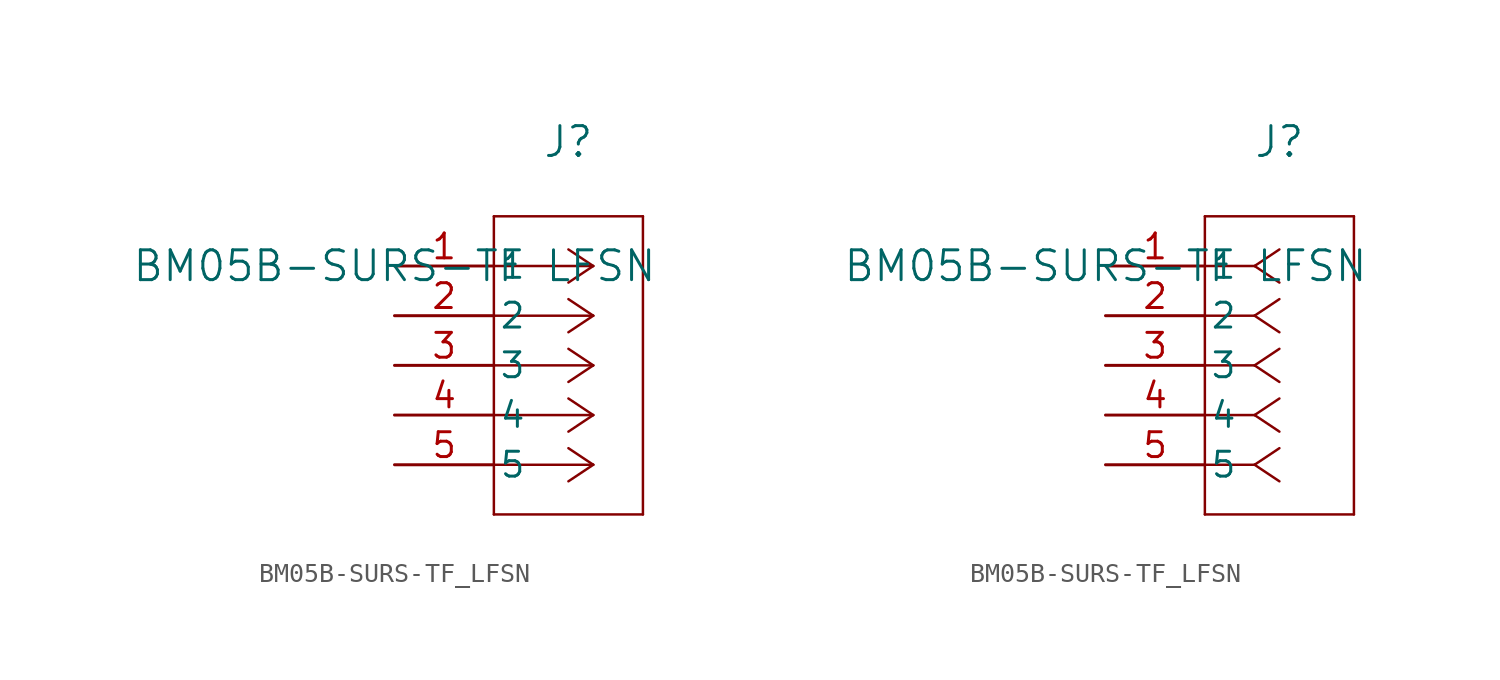
<source format=kicad_sym>
(kicad_symbol_lib
  (version 20211014)
  (generator kicad_symbol_editor)
  (symbol "BM05B-SURS-TF_LFSN"
    (pin_names
      (offset 0.254))
    (property "Reference" "J"
      (at 8.89 6.35 0)
      (effects (font (size 1.524 1.524))))
    (property "Value" "BM05B-SURS-TF LFSN"
      (at 0 0 0)
      (effects (font (size 1.524 1.524))))
    (symbol "BM05B-SURS-TF_LFSN_1_1"
      (polyline (pts (xy 10.16 0) (xy 5.08 0)) (stroke (width 0.127) (type default) (color 0 0 0 0)) (fill (type none)))
      (polyline (pts (xy 10.16 -2.54) (xy 5.08 -2.54)) (stroke (width 0.127) (type default) (color 0 0 0 0)) (fill (type none)))
      (polyline (pts (xy 10.16 -5.08) (xy 5.08 -5.08)) (stroke (width 0.127) (type default) (color 0 0 0 0)) (fill (type none)))
      (polyline (pts (xy 10.16 -7.62) (xy 5.08 -7.62)) (stroke (width 0.127) (type default) (color 0 0 0 0)) (fill (type none)))
      (polyline (pts (xy 10.16 -10.16) (xy 5.08 -10.16)) (stroke (width 0.127) (type default) (color 0 0 0 0)) (fill (type none)))
      (polyline (pts (xy 10.16 0) (xy 8.89 0.847)) (stroke (width 0.127) (type default) (color 0 0 0 0)) (fill (type none)))
      (polyline (pts (xy 10.16 -2.54) (xy 8.89 -1.693)) (stroke (width 0.127) (type default) (color 0 0 0 0)) (fill (type none)))
      (polyline (pts (xy 10.16 -5.08) (xy 8.89 -4.233)) (stroke (width 0.127) (type default) (color 0 0 0 0)) (fill (type none)))
      (polyline (pts (xy 10.16 -7.62) (xy 8.89 -6.773)) (stroke (width 0.127) (type default) (color 0 0 0 0)) (fill (type none)))
      (polyline (pts (xy 10.16 -10.16) (xy 8.89 -9.313)) (stroke (width 0.127) (type default) (color 0 0 0 0)) (fill (type none)))
      (polyline (pts (xy 10.16 0) (xy 8.89 -0.847)) (stroke (width 0.127) (type default) (color 0 0 0 0)) (fill (type none)))
      (polyline (pts (xy 10.16 -2.54) (xy 8.89 -3.387)) (stroke (width 0.127) (type default) (color 0 0 0 0)) (fill (type none)))
      (polyline (pts (xy 10.16 -5.08) (xy 8.89 -5.927)) (stroke (width 0.127) (type default) (color 0 0 0 0)) (fill (type none)))
      (polyline (pts (xy 10.16 -7.62) (xy 8.89 -8.467)) (stroke (width 0.127) (type default) (color 0 0 0 0)) (fill (type none)))
      (polyline (pts (xy 10.16 -10.16) (xy 8.89 -11.007)) (stroke (width 0.127) (type default) (color 0 0 0 0)) (fill (type none)))
      (polyline (pts (xy 5.08 2.54) (xy 5.08 -12.7)) (stroke (width 0.127) (type default) (color 0 0 0 0)) (fill (type none)))
      (polyline (pts (xy 5.08 -12.7) (xy 12.7 -12.7)) (stroke (width 0.127) (type default) (color 0 0 0 0)) (fill (type none)))
      (polyline (pts (xy 12.7 -12.7) (xy 12.7 2.54)) (stroke (width 0.127) (type default) (color 0 0 0 0)) (fill (type none)))
      (polyline (pts (xy 12.7 2.54) (xy 5.08 2.54)) (stroke (width 0.127) (type default) (color 0 0 0 0)) (fill (type none)))
      (pin unspecified line (at 0 0 0) (length 5.08) (name "1" (effects (font (size 1.27 1.27)))) (number "1" (effects (font (size 1.27 1.27)))))
      (pin unspecified line (at 0 -2.54 0) (length 5.08) (name "2" (effects (font (size 1.27 1.27)))) (number "2" (effects (font (size 1.27 1.27)))))
      (pin unspecified line (at 0 -5.08 0) (length 5.08) (name "3" (effects (font (size 1.27 1.27)))) (number "3" (effects (font (size 1.27 1.27)))))
      (pin unspecified line (at 0 -7.62 0) (length 5.08) (name "4" (effects (font (size 1.27 1.27)))) (number "4" (effects (font (size 1.27 1.27)))))
      (pin unspecified line (at 0 -10.16 0) (length 5.08) (name "5" (effects (font (size 1.27 1.27)))) (number "5" (effects (font (size 1.27 1.27))))))
    (symbol "BM05B-SURS-TF_LFSN_1_2"
      (polyline (pts (xy 7.62 0) (xy 5.08 0)) (stroke (width 0.127) (type default) (color 0 0 0 0)) (fill (type none)))
      (polyline (pts (xy 7.62 -2.54) (xy 5.08 -2.54)) (stroke (width 0.127) (type default) (color 0 0 0 0)) (fill (type none)))
      (polyline (pts (xy 7.62 -5.08) (xy 5.08 -5.08)) (stroke (width 0.127) (type default) (color 0 0 0 0)) (fill (type none)))
      (polyline (pts (xy 7.62 -7.62) (xy 5.08 -7.62)) (stroke (width 0.127) (type default) (color 0 0 0 0)) (fill (type none)))
      (polyline (pts (xy 7.62 -10.16) (xy 5.08 -10.16)) (stroke (width 0.127) (type default) (color 0 0 0 0)) (fill (type none)))
      (polyline (pts (xy 7.62 0) (xy 8.89 0.847)) (stroke (width 0.127) (type default) (color 0 0 0 0)) (fill (type none)))
      (polyline (pts (xy 7.62 -2.54) (xy 8.89 -1.693)) (stroke (width 0.127) (type default) (color 0 0 0 0)) (fill (type none)))
      (polyline (pts (xy 7.62 -5.08) (xy 8.89 -4.233)) (stroke (width 0.127) (type default) (color 0 0 0 0)) (fill (type none)))
      (polyline (pts (xy 7.62 -7.62) (xy 8.89 -6.773)) (stroke (width 0.127) (type default) (color 0 0 0 0)) (fill (type none)))
      (polyline (pts (xy 7.62 -10.16) (xy 8.89 -9.313)) (stroke (width 0.127) (type default) (color 0 0 0 0)) (fill (type none)))
      (polyline (pts (xy 7.62 0) (xy 8.89 -0.847)) (stroke (width 0.127) (type default) (color 0 0 0 0)) (fill (type none)))
      (polyline (pts (xy 7.62 -2.54) (xy 8.89 -3.387)) (stroke (width 0.127) (type default) (color 0 0 0 0)) (fill (type none)))
      (polyline (pts (xy 7.62 -5.08) (xy 8.89 -5.927)) (stroke (width 0.127) (type default) (color 0 0 0 0)) (fill (type none)))
      (polyline (pts (xy 7.62 -7.62) (xy 8.89 -8.467)) (stroke (width 0.127) (type default) (color 0 0 0 0)) (fill (type none)))
      (polyline (pts (xy 7.62 -10.16) (xy 8.89 -11.007)) (stroke (width 0.127) (type default) (color 0 0 0 0)) (fill (type none)))
      (polyline (pts (xy 5.08 2.54) (xy 5.08 -12.7)) (stroke (width 0.127) (type default) (color 0 0 0 0)) (fill (type none)))
      (polyline (pts (xy 5.08 -12.7) (xy 12.7 -12.7)) (stroke (width 0.127) (type default) (color 0 0 0 0)) (fill (type none)))
      (polyline (pts (xy 12.7 -12.7) (xy 12.7 2.54)) (stroke (width 0.127) (type default) (color 0 0 0 0)) (fill (type none)))
      (polyline (pts (xy 12.7 2.54) (xy 5.08 2.54)) (stroke (width 0.127) (type default) (color 0 0 0 0)) (fill (type none)))
      (pin unspecified line (at 0 0 0) (length 5.08) (name "1" (effects (font (size 1.27 1.27)))) (number "1" (effects (font (size 1.27 1.27)))))
      (pin unspecified line (at 0 -2.54 0) (length 5.08) (name "2" (effects (font (size 1.27 1.27)))) (number "2" (effects (font (size 1.27 1.27)))))
      (pin unspecified line (at 0 -5.08 0) (length 5.08) (name "3" (effects (font (size 1.27 1.27)))) (number "3" (effects (font (size 1.27 1.27)))))
      (pin unspecified line (at 0 -7.62 0) (length 5.08) (name "4" (effects (font (size 1.27 1.27)))) (number "4" (effects (font (size 1.27 1.27)))))
      (pin unspecified line (at 0 -10.16 0) (length 5.08) (name "5" (effects (font (size 1.27 1.27)))) (number "5" (effects (font (size 1.27 1.27))))))))
</source>
